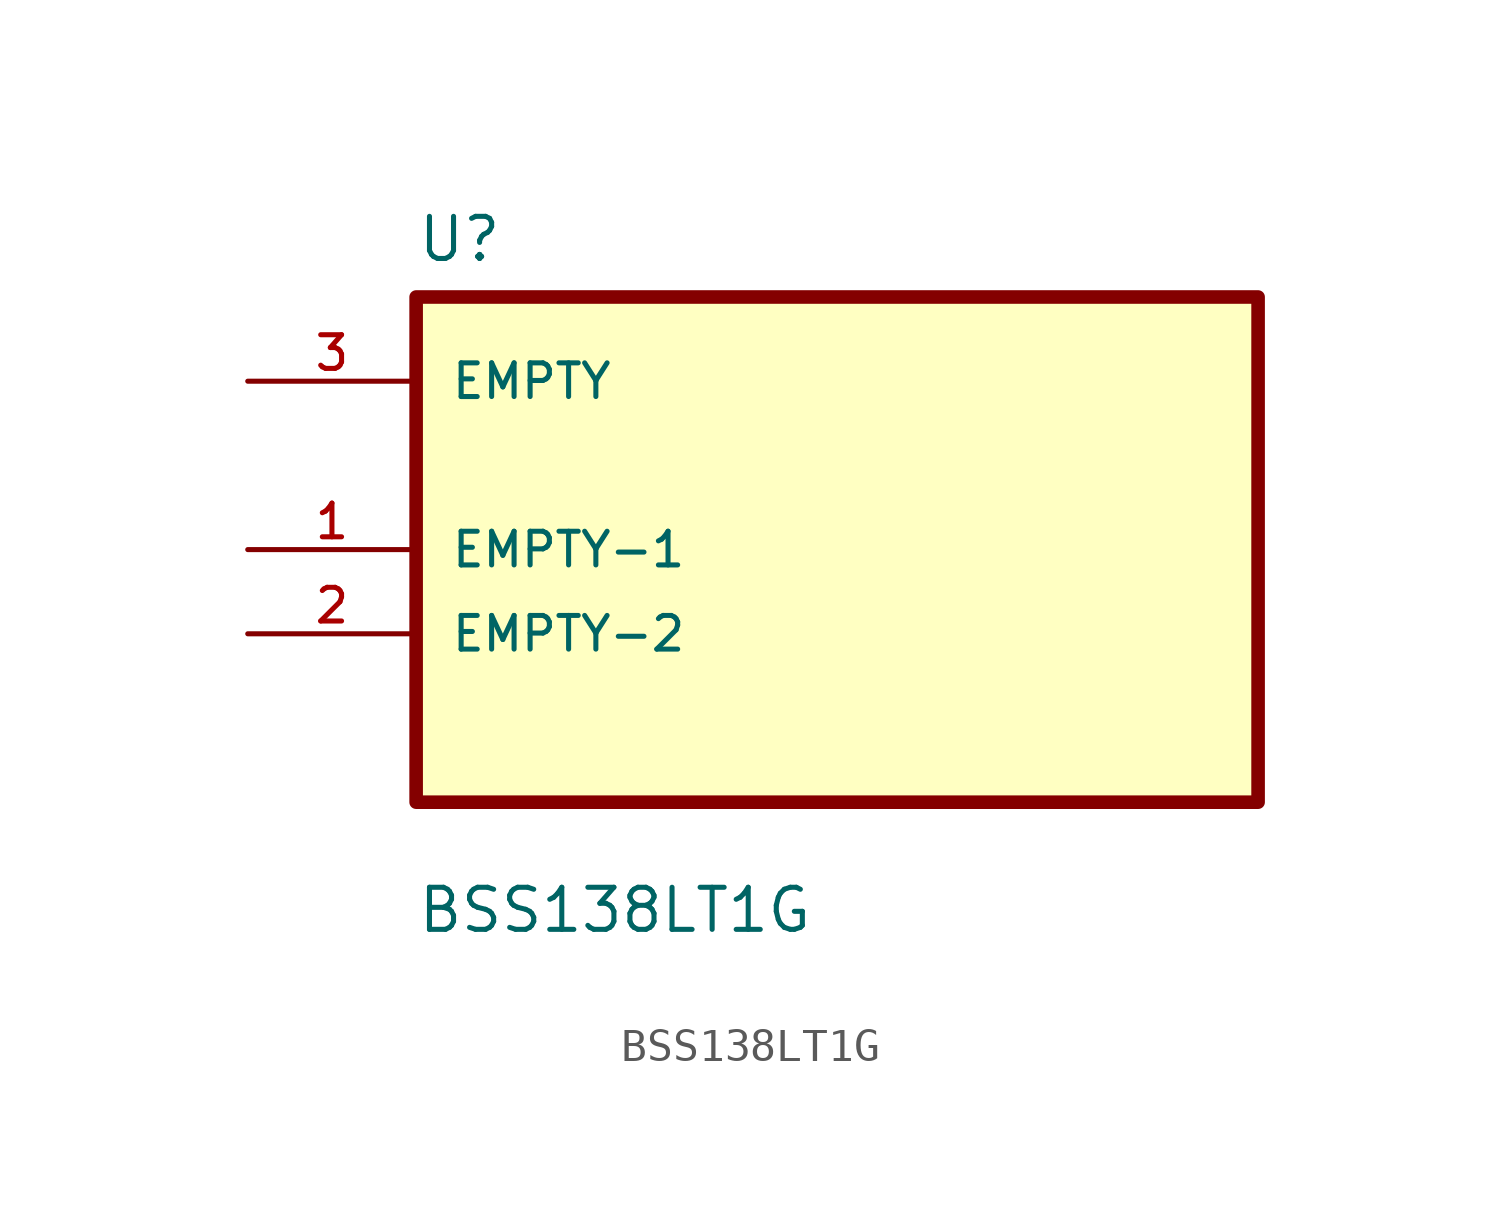
<source format=kicad_sym>
(kicad_symbol_lib
  (version 20211014)
  (generator kicad_symbol_editor)
  (symbol "BSS138LT1G"
    (pin_names
      (offset 1.016))
    (property "Reference" "U"
      (at -12.7 8.62 0.0)
      (effects (font (size 1.27 1.27)) (justify bottom left)))
    (property "Value" "BSS138LT1G"
      (at -12.7 -11.62 0.0)
      (effects (font (size 1.27 1.27)) (justify bottom left)))
    (symbol "BSS138LT1G_0_0"
      (rectangle (start -12.7 -7.62) (end 12.7 7.62) (stroke (width 0.41)) (fill (type background)))
      (pin bidirectional line (at -17.78 5.08 0) (length 5.08) (name "EMPTY" (effects (font (size 1.016 1.016)))) (number "3" (effects (font (size 1.016 1.016)))))
      (pin bidirectional line (at -17.78 0.0 0) (length 5.08) (name "EMPTY-1" (effects (font (size 1.016 1.016)))) (number "1" (effects (font (size 1.016 1.016)))))
      (pin bidirectional line (at -17.78 -2.54 0) (length 5.08) (name "EMPTY-2" (effects (font (size 1.016 1.016)))) (number "2" (effects (font (size 1.016 1.016))))))))
</source>
